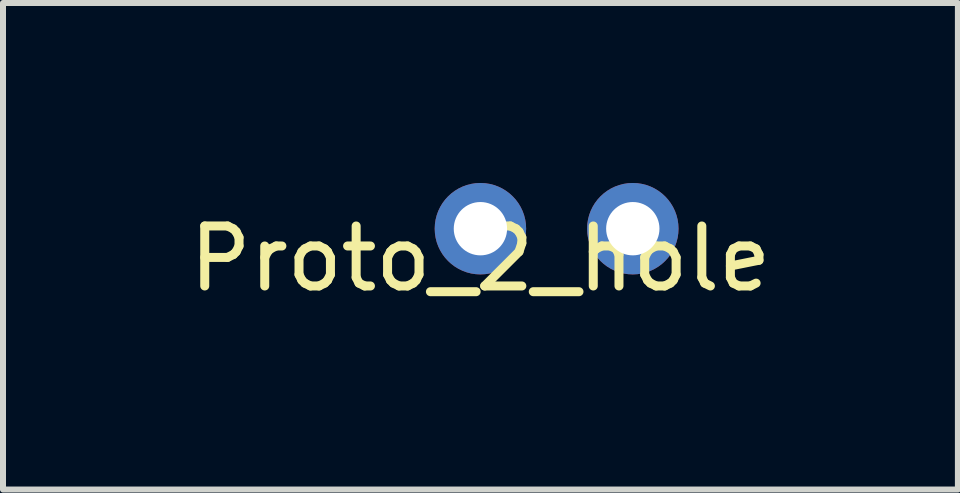
<source format=kicad_pcb>
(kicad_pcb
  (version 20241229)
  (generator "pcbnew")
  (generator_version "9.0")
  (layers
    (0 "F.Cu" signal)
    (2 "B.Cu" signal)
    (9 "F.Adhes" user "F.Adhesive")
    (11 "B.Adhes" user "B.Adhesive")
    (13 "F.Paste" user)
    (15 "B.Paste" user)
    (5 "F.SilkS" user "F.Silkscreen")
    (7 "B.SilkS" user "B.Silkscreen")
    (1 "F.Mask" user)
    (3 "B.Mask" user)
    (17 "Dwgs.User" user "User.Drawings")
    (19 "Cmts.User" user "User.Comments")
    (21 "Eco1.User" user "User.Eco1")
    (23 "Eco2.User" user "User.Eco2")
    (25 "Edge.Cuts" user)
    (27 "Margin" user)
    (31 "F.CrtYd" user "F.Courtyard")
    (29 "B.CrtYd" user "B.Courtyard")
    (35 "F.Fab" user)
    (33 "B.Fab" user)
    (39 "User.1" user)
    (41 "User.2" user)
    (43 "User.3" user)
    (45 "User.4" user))
  (footprint "Proto_2_hole"
    (layer "F.Cu")
    (at 4.958 0.762)
    (property "Reference" "Proto_2_hole" (at 0 0.5 0) (layer "F.SilkS") (effects (font (size 1 1) (thickness 0.15))))
    (attr through_hole)
    (pad "1" thru_hole circle (at 0 0) (size 1.524 1.524) (drill 0.889) (layers "*.Cu" "*.Mask"))
    (pad "2" thru_hole circle (at 2.54 0) (size 1.524 1.524) (drill 0.889) (layers "*.Cu" "*.Mask")))
  (gr_rect
    (start -3 -3)
    (end 12.917 5.11)
    (stroke (width 0.1) (type default))
    (fill no)
    (layer "Edge.Cuts")))
</source>
